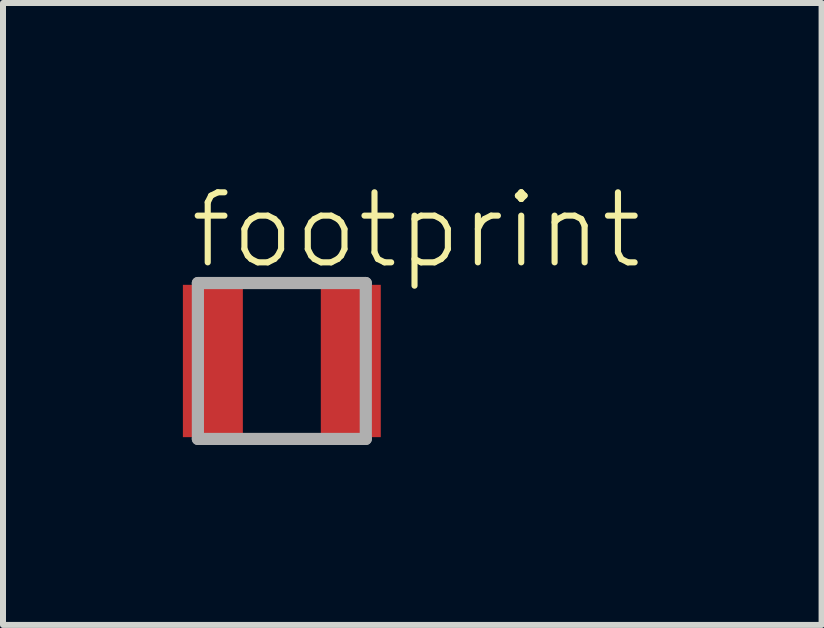
<source format=kicad_pcb>
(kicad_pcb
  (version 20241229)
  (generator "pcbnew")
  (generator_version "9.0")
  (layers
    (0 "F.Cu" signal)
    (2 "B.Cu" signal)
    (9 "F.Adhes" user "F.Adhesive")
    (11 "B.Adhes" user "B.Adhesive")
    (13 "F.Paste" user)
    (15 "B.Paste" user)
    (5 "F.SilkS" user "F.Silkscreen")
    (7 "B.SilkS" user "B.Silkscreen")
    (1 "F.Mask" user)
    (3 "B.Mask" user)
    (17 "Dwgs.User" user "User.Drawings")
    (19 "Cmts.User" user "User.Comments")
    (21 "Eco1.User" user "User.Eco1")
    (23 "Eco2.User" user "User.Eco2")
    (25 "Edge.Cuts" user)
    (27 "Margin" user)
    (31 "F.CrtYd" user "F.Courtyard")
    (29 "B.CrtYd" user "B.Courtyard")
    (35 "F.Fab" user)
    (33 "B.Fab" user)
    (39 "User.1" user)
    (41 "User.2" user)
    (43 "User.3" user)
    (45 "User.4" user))
  (footprint "footprint"
    (layer "F.Cu")
    (at 1.65 2.97)
    (property "Reference" "footprint" (at -1.581 -1.497 0) (layer "F.SilkS") (effects (font (size 1.168 1.168) (thickness 0.102)) (justify left bottom)))
    (fp_line (start -1.4 -1.3) (end 1.4 -1.3) (stroke (width 0.203) (type solid)) (layer "F.Fab"))
    (fp_line (start -1.4 1.3) (end -1.4 -1.3) (stroke (width 0.203) (type solid)) (layer "F.Fab"))
    (fp_line (start 1.4 -1.3) (end 1.4 1.3) (stroke (width 0.203) (type solid)) (layer "F.Fab"))
    (fp_line (start 1.4 1.3) (end -1.4 1.3) (stroke (width 0.203) (type solid)) (layer "F.Fab"))
    (pad "1" smd rect (at -1.15 0) (size 1 2.54) (layers "F.Cu" "F.Mask" "F.Paste"))
    (pad "2" smd rect (at 1.15 0) (size 1 2.54) (layers "F.Cu" "F.Mask" "F.Paste")))
  (gr_rect
    (start -3 -3)
    (end 10.651 7.372)
    (stroke (width 0.1) (type default))
    (fill no)
    (layer "Edge.Cuts")))
</source>
